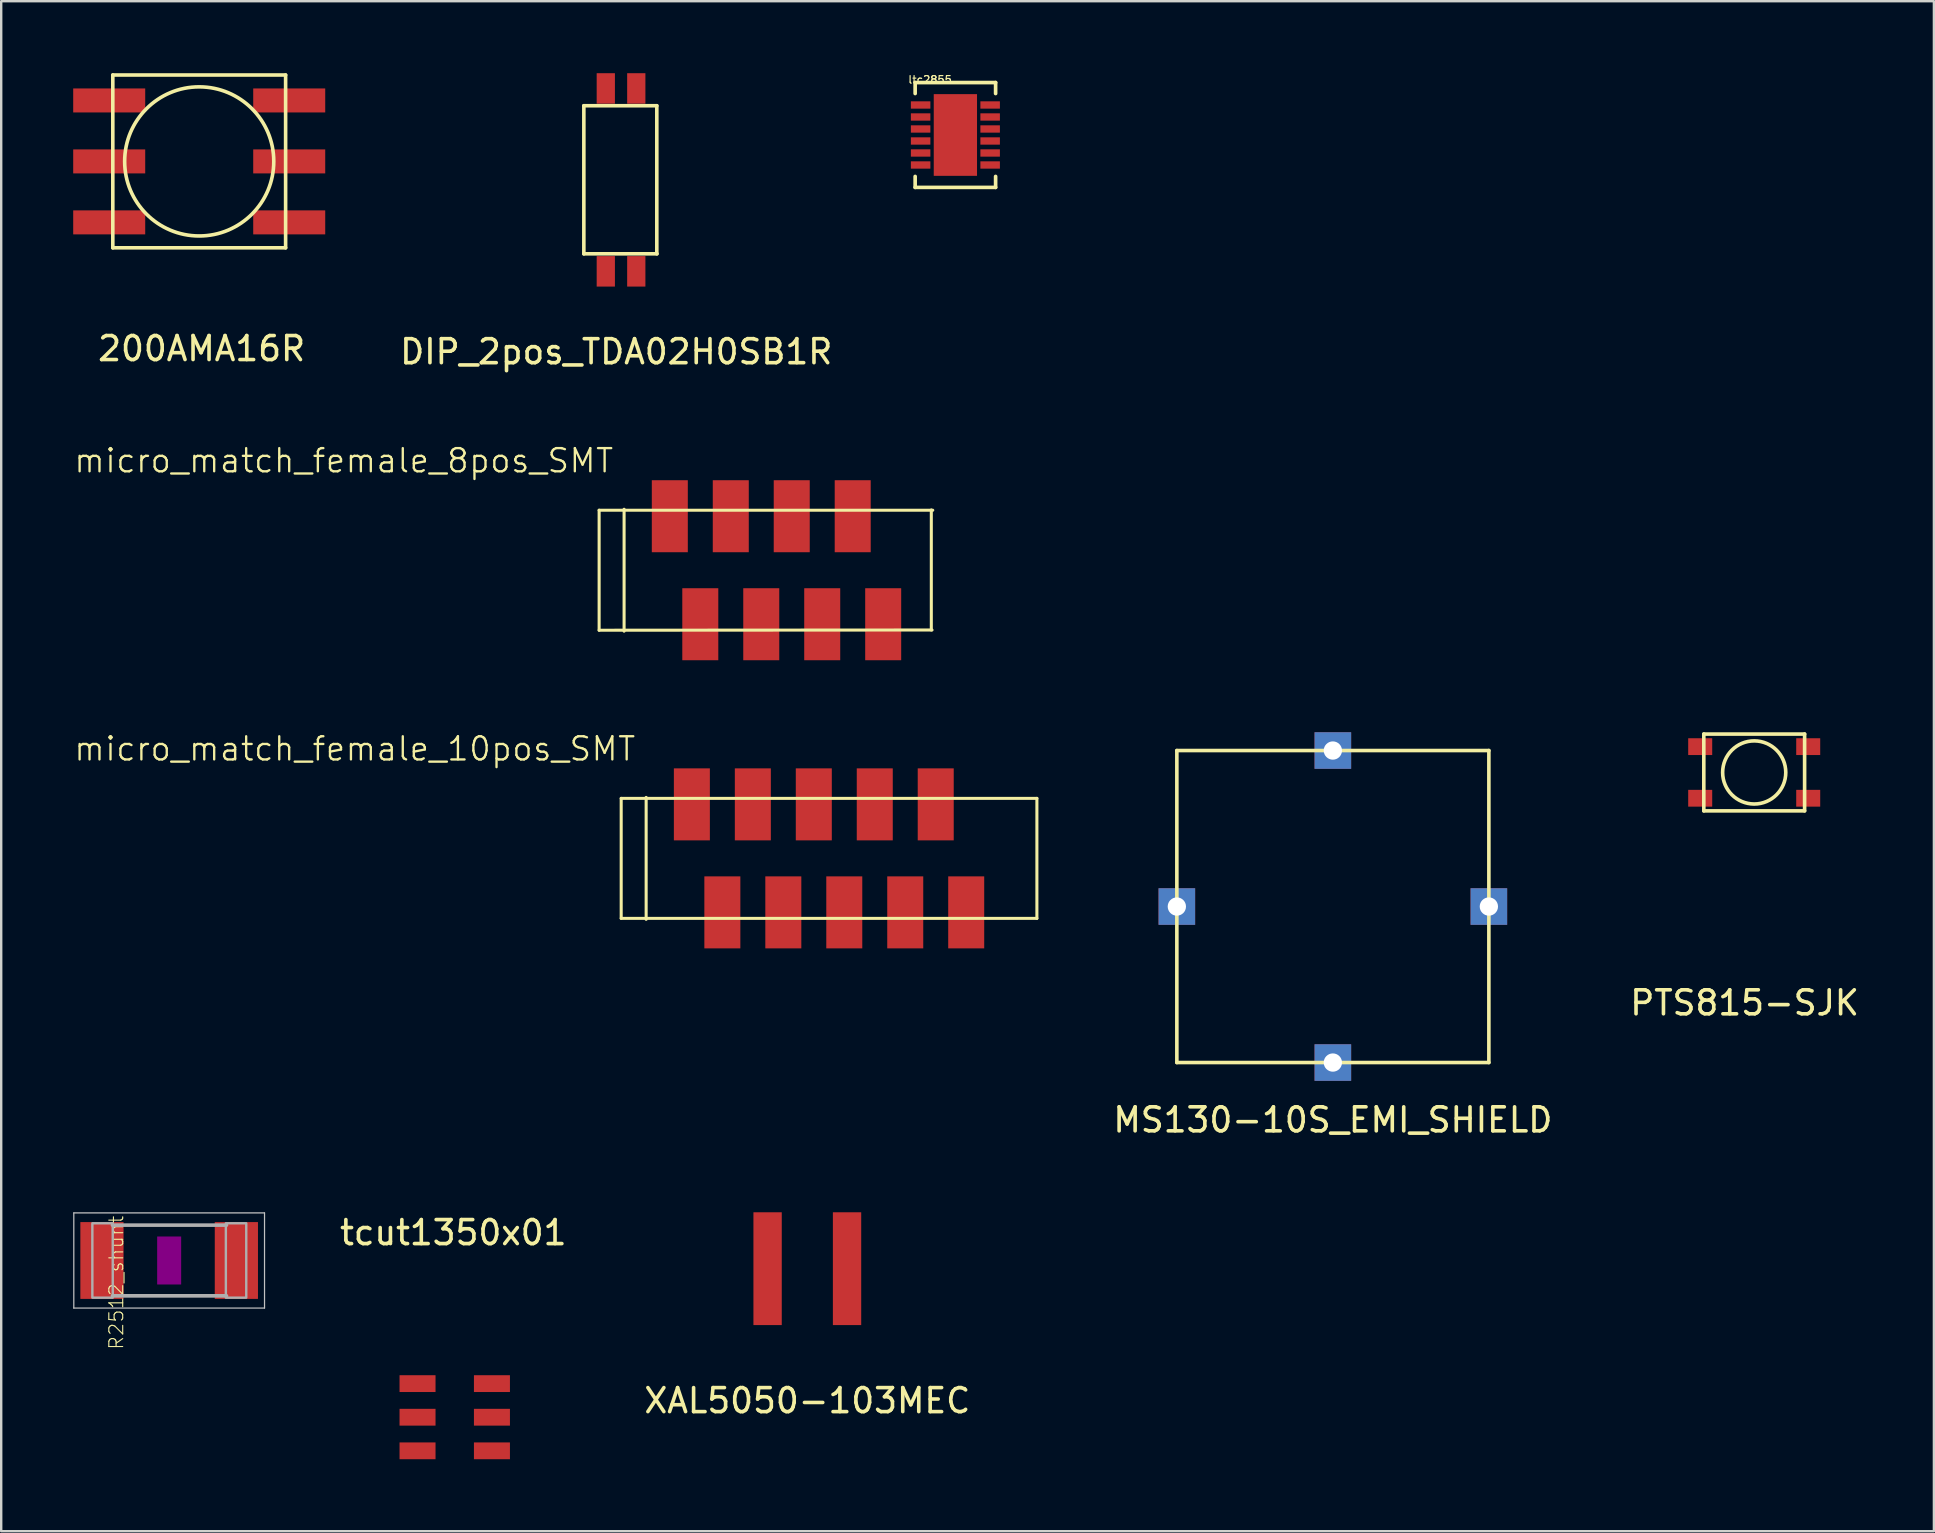
<source format=kicad_pcb>
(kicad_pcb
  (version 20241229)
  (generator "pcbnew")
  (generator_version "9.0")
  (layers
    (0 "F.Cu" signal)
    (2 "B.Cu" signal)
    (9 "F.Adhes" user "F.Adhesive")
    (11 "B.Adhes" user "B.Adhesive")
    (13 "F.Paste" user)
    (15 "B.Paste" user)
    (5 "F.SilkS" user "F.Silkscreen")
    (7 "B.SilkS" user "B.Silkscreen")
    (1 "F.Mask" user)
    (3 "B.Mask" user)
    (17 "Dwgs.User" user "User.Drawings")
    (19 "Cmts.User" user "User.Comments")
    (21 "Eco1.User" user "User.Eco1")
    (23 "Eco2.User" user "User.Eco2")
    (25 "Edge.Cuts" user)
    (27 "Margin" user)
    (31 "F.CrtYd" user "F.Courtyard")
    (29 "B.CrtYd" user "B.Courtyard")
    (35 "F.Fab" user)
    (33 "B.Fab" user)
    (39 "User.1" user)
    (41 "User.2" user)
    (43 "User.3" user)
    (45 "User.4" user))
  (footprint "PTS815-SJK"
    (layer "F.Cu")
    (at 70.037 29.133)
    (property "Reference" "PTS815-SJK" (at -0.4 9.6 0) (layer "F.SilkS") (effects (font (size 1 1) (thickness 0.15))))
    (attr through_hole)
    (fp_line (start -2.1 -1.6) (end 2.1 -1.6) (stroke (width 0.15) (type solid)) (layer "F.SilkS"))
    (fp_line (start -2.1 1.6) (end -2.1 -1.6) (stroke (width 0.15) (type solid)) (layer "F.SilkS"))
    (fp_line (start -2.1 1.6) (end 2.1 1.6) (stroke (width 0.15) (type solid)) (layer "F.SilkS"))
    (fp_line (start 2.1 -1.6) (end 2.1 1.6) (stroke (width 0.15) (type solid)) (layer "F.SilkS"))
    (fp_circle (center 0 0) (end 1.3 -0.2) (stroke (width 0.15) (type solid)) (fill no) (layer "F.SilkS"))
    (pad "1" smd rect (at -2.25 -1.075) (size 1 0.7) (layers "F.Cu" "F.Mask" "F.Paste"))
    (pad "1" smd rect (at 2.25 -1.075) (size 1 0.7) (layers "F.Cu" "F.Mask" "F.Paste"))
    (pad "2" smd rect (at -2.25 1.075) (size 1 0.7) (layers "F.Cu" "F.Mask" "F.Paste"))
    (pad "2" smd rect (at 2.25 1.075) (size 1 0.7) (layers "F.Cu" "F.Mask" "F.Paste")))
  (footprint "tcut1350x01"
    (layer "F.Cu")
    (at 15.896 55.997)
    (property "Reference" "tcut1350x01" (at -0.06 -7.69 0) (layer "F.SilkS") (effects (font (size 1 1) (thickness 0.15))))
    (attr through_hole)
    (pad "1" smd rect (at -1.55 -1.4) (size 1.5 0.7) (layers "F.Cu" "F.Mask" "F.Paste"))
    (pad "2" smd rect (at -1.55 0) (size 1.5 0.7) (layers "F.Cu" "F.Mask" "F.Paste"))
    (pad "3" smd rect (at -1.55 1.4) (size 1.5 0.7) (layers "F.Cu" "F.Mask" "F.Paste"))
    (pad "4" smd rect (at 1.55 1.4) (size 1.5 0.7) (layers "F.Cu" "F.Mask" "F.Paste"))
    (pad "5" smd rect (at 1.55 0) (size 1.5 0.7) (layers "F.Cu" "F.Mask" "F.Paste"))
    (pad "6" smd rect (at 1.55 -1.4) (size 1.5 0.7) (layers "F.Cu" "F.Mask" "F.Paste")))
  (footprint "ltc2855"
    (layer "F.Cu")
    (at 36.755 2.574)
    (property "Reference" "ltc2855" (at -1.054 -2.302 0) (layer "F.SilkS") (effects (font (size 0.315 0.315) (thickness 0.05))))
    (attr smd)
    (fp_line (start -1.676 -2.184) (end -1.676 -1.727) (stroke (width 0.152) (type solid)) (layer "F.SilkS"))
    (fp_line (start -1.676 1.727) (end -1.676 2.184) (stroke (width 0.152) (type solid)) (layer "F.SilkS"))
    (fp_line (start -1.676 2.184) (end 1.676 2.184) (stroke (width 0.152) (type solid)) (layer "F.SilkS"))
    (fp_line (start 1.676 -2.184) (end -1.676 -2.184) (stroke (width 0.152) (type solid)) (layer "F.SilkS"))
    (fp_line (start 1.676 -1.727) (end 1.676 -2.184) (stroke (width 0.152) (type solid)) (layer "F.SilkS"))
    (fp_line (start 1.676 2.184) (end 1.676 1.727) (stroke (width 0.152) (type solid)) (layer "F.SilkS"))
    (fp_poly (pts (xy -0.802 -1.602) (xy -0.802 -0.1) (xy 0.802 -0.1) (xy 0.802 -1.602)) (stroke (width 0.025) (type solid)) (fill yes) (layer "F.Paste"))
    (fp_poly (pts (xy -0.802 0.1) (xy -0.802 1.602) (xy 0.802 1.602) (xy 0.802 0.1)) (stroke (width 0.025) (type solid)) (fill yes) (layer "F.Paste"))
    (fp_line (start -1.549 -2.032) (end -1.549 2.032) (stroke (width 0.152) (type solid)) (layer "Eco2.User"))
    (fp_line (start -1.549 2.032) (end 1.549 2.032) (stroke (width 0.152) (type solid)) (layer "Eco2.User"))
    (fp_line (start -0.305 -2.032) (end -1.549 -2.032) (stroke (width 0.152) (type solid)) (layer "Eco2.User"))
    (fp_line (start 1.549 -2.032) (end -0.305 -2.032) (stroke (width 0.152) (type solid)) (layer "Eco2.User"))
    (fp_line (start 1.549 2.032) (end 1.549 -2.032) (stroke (width 0.152) (type solid)) (layer "Eco2.User"))
    (fp_arc (start 0.3048 -2.0574) (mid 0.0127 -1.7399) (end -0.3048 -2.032) (stroke (width 0.1524) (type solid)) (layer "Eco2.User"))
    (pad "1" smd rect (at -1.448 -1.25) (size 0.813 0.305) (layers "F.Cu" "F.Mask" "F.Paste"))
    (pad "2" smd rect (at -1.448 -0.75) (size 0.813 0.305) (layers "F.Cu" "F.Mask" "F.Paste"))
    (pad "3" smd rect (at -1.448 -0.25) (size 0.813 0.305) (layers "F.Cu" "F.Mask" "F.Paste"))
    (pad "4" smd rect (at -1.448 0.25) (size 0.813 0.305) (layers "F.Cu" "F.Mask" "F.Paste"))
    (pad "5" smd rect (at -1.448 0.75) (size 0.813 0.305) (layers "F.Cu" "F.Mask" "F.Paste"))
    (pad "6" smd rect (at -1.448 1.25) (size 0.813 0.305) (layers "F.Cu" "F.Mask" "F.Paste"))
    (pad "7" smd rect (at 1.448 1.25) (size 0.813 0.305) (layers "F.Cu" "F.Mask" "F.Paste"))
    (pad "8" smd rect (at 1.448 0.75) (size 0.813 0.305) (layers "F.Cu" "F.Mask" "F.Paste"))
    (pad "9" smd rect (at 1.448 0.25) (size 0.813 0.305) (layers "F.Cu" "F.Mask" "F.Paste"))
    (pad "10" smd rect (at 1.448 -0.25) (size 0.813 0.305) (layers "F.Cu" "F.Mask" "F.Paste"))
    (pad "11" smd rect (at 1.448 -0.75) (size 0.813 0.305) (layers "F.Cu" "F.Mask" "F.Paste"))
    (pad "12" smd rect (at 1.448 -1.25) (size 0.813 0.305) (layers "F.Cu" "F.Mask" "F.Paste"))
    (pad "13" smd rect (at 0 0) (size 1.803 3.404) (layers "F.Cu" "F.Mask" "F.Paste")))
  (footprint "200AMA16R"
    (layer "F.Cu")
    (at 5.25 3.675)
    (property "Reference" "200AMA16R" (at 0.1 7.8 0) (layer "F.SilkS") (effects (font (size 1 1) (thickness 0.15))))
    (attr through_hole)
    (fp_line (start -3.6 -3.6) (end 3.6 -3.6) (stroke (width 0.15) (type solid)) (layer "F.SilkS"))
    (fp_line (start -3.6 3.6) (end -3.6 -3.6) (stroke (width 0.15) (type solid)) (layer "F.SilkS"))
    (fp_line (start -3.6 3.6) (end 3.6 3.6) (stroke (width 0.15) (type solid)) (layer "F.SilkS"))
    (fp_line (start 3.6 -3.6) (end 3.6 3.6) (stroke (width 0.15) (type solid)) (layer "F.SilkS"))
    (fp_circle (center 0 0) (end 2.6 -1.7) (stroke (width 0.15) (type solid)) (fill no) (layer "F.SilkS"))
    (pad "1" smd rect (at -3.75 -2.54) (size 3 1) (layers "F.Cu" "F.Mask" "F.Paste"))
    (pad "2" smd rect (at -3.75 0) (size 3 1) (layers "F.Cu" "F.Mask" "F.Paste"))
    (pad "3" smd rect (at -3.75 2.54) (size 3 1) (layers "F.Cu" "F.Mask" "F.Paste"))
    (pad "4" smd rect (at 3.75 2.54) (size 3 1) (layers "F.Cu" "F.Mask" "F.Paste"))
    (pad "5" smd rect (at 3.75 0) (size 3 1) (layers "F.Cu" "F.Mask" "F.Paste"))
    (pad "6" smd rect (at 3.75 -2.54) (size 3 1) (layers "F.Cu" "F.Mask" "F.Paste")))
  (footprint "MS130-10S_EMI_SHIELD"
    (layer "F.Cu")
    (at 52.482 34.72)
    (property "Reference" "MS130-10S_EMI_SHIELD" (at 0 8.89 0) (layer "F.SilkS") (effects (font (size 1 1) (thickness 0.15))))
    (attr through_hole)
    (fp_line (start -6.5 -6.5) (end 6.5 -6.5) (stroke (width 0.15) (type solid)) (layer "F.SilkS"))
    (fp_line (start -6.5 6.5) (end -6.5 -6.5) (stroke (width 0.15) (type solid)) (layer "F.SilkS"))
    (fp_line (start 6.5 -6.5) (end 6.5 6.5) (stroke (width 0.15) (type solid)) (layer "F.SilkS"))
    (fp_line (start 6.5 6.5) (end -6.5 6.5) (stroke (width 0.15) (type solid)) (layer "F.SilkS"))
    (pad "1" thru_hole rect (at -6.5 0) (size 1.524 1.524) (drill 0.762) (layers "*.Cu" "*.Mask"))
    (pad "1" thru_hole rect (at 0 -6.5) (size 1.524 1.524) (drill 0.762) (layers "*.Cu" "*.Mask"))
    (pad "1" thru_hole rect (at 0 6.5) (size 1.524 1.524) (drill 0.762) (layers "*.Cu" "*.Mask"))
    (pad "1" thru_hole rect (at 6.5 0) (size 1.524 1.524) (drill 0.762) (layers "*.Cu" "*.Mask")))
  (footprint "micro_match_female_10pos_SMT"
    (layer "F.Cu")
    (at 31.491 32.713)
    (property "Reference" "micro_match_female_10pos_SMT" (at -8 -4 180) (layer "F.SilkS") (effects (font (size 0.965 0.965) (thickness 0.097)) (justify right bottom)))
    (attr through_hole)
    (fp_line (start -8.66 -2.5) (end -8.66 2.5) (stroke (width 0.127) (type solid)) (layer "F.SilkS"))
    (fp_line (start -8.66 2.5) (end 8.66 2.5) (stroke (width 0.127) (type solid)) (layer "F.SilkS"))
    (fp_line (start -7.62 2.54) (end -7.62 -2.54) (stroke (width 0.127) (type solid)) (layer "F.SilkS"))
    (fp_line (start 8.66 -2.5) (end -8.66 -2.5) (stroke (width 0.127) (type solid)) (layer "F.SilkS"))
    (fp_line (start 8.66 2.5) (end 8.66 -2.5) (stroke (width 0.127) (type solid)) (layer "F.SilkS"))
    (pad "1" smd rect (at -5.715 -2.25 90) (size 3 1.5) (layers "F.Cu" "F.Mask" "F.Paste"))
    (pad "2" smd rect (at -4.445 2.25 90) (size 3 1.5) (layers "F.Cu" "F.Mask" "F.Paste"))
    (pad "3" smd rect (at -3.175 -2.25 90) (size 3 1.5) (layers "F.Cu" "F.Mask" "F.Paste"))
    (pad "4" smd rect (at -1.905 2.25 90) (size 3 1.5) (layers "F.Cu" "F.Mask" "F.Paste"))
    (pad "5" smd rect (at -0.635 -2.25 90) (size 3 1.5) (layers "F.Cu" "F.Mask" "F.Paste"))
    (pad "6" smd rect (at 0.635 2.25 90) (size 3 1.5) (layers "F.Cu" "F.Mask" "F.Paste"))
    (pad "7" smd rect (at 1.905 -2.25 90) (size 3 1.5) (layers "F.Cu" "F.Mask" "F.Paste"))
    (pad "8" smd rect (at 3.175 2.25 90) (size 3 1.5) (layers "F.Cu" "F.Mask" "F.Paste"))
    (pad "9" smd rect (at 4.445 -2.25 90) (size 3 1.5) (layers "F.Cu" "F.Mask" "F.Paste"))
    (pad "10" smd rect (at 5.715 2.25 90) (size 3 1.5) (layers "F.Cu" "F.Mask" "F.Paste")))
  (footprint "micro_match_female_8pos_SMT"
    (layer "F.Cu")
    (at 30.572 20.708)
    (property "Reference" "micro_match_female_8pos_SMT" (at -8 -4 180) (layer "F.SilkS") (effects (font (size 0.965 0.965) (thickness 0.097)) (justify right bottom)))
    (attr through_hole)
    (fp_line (start -8.66 -2.5) (end -8.66 2.5) (stroke (width 0.127) (type solid)) (layer "F.SilkS"))
    (fp_line (start -8.66 2.5) (end 5.21 2.49) (stroke (width 0.127) (type solid)) (layer "F.SilkS"))
    (fp_line (start -7.62 2.54) (end -7.62 -2.54) (stroke (width 0.127) (type solid)) (layer "F.SilkS"))
    (fp_line (start 5.18 2.49) (end 5.18 -2.51) (stroke (width 0.127) (type solid)) (layer "F.SilkS"))
    (fp_line (start 5.24 -2.5) (end -8.66 -2.5) (stroke (width 0.127) (type solid)) (layer "F.SilkS"))
    (pad "1" smd rect (at -5.715 -2.25 90) (size 3 1.5) (layers "F.Cu" "F.Mask" "F.Paste"))
    (pad "2" smd rect (at -4.445 2.25 90) (size 3 1.5) (layers "F.Cu" "F.Mask" "F.Paste"))
    (pad "3" smd rect (at -3.175 -2.25 90) (size 3 1.5) (layers "F.Cu" "F.Mask" "F.Paste"))
    (pad "4" smd rect (at -1.905 2.25 90) (size 3 1.5) (layers "F.Cu" "F.Mask" "F.Paste"))
    (pad "5" smd rect (at -0.635 -2.25 90) (size 3 1.5) (layers "F.Cu" "F.Mask" "F.Paste"))
    (pad "6" smd rect (at 0.635 2.25 90) (size 3 1.5) (layers "F.Cu" "F.Mask" "F.Paste"))
    (pad "7" smd rect (at 1.905 -2.25 90) (size 3 1.5) (layers "F.Cu" "F.Mask" "F.Paste"))
    (pad "8" smd rect (at 3.175 2.25 90) (size 3 1.5) (layers "F.Cu" "F.Mask" "F.Paste")))
  (footprint "R2512_shunt"
    (layer "F.Cu")
    (at 3.998 49.467)
    (property "Reference" "R2512_shunt" (at -2.54 -1.905 270) (layer "F.SilkS") (effects (font (size 0.579 0.579) (thickness 0.046)) (justify right top)))
    (attr through_hole)
    (fp_poly (pts (xy -0.5 1) (xy 0.5 1) (xy 0.5 -1) (xy -0.5 -1)) (stroke (width 0) (type solid)) (fill yes) (layer "F.Adhes"))
    (fp_line (start -3.973 -1.983) (end 3.973 -1.983) (stroke (width 0.051) (type solid)) (layer "Dwgs.User"))
    (fp_line (start -3.973 1.983) (end -3.973 -1.983) (stroke (width 0.051) (type solid)) (layer "Dwgs.User"))
    (fp_line (start 3.973 -1.983) (end 3.973 1.983) (stroke (width 0.051) (type solid)) (layer "Dwgs.User"))
    (fp_line (start 3.973 1.983) (end -3.973 1.983) (stroke (width 0.051) (type solid)) (layer "Dwgs.User"))
    (fp_line (start -2.362 -1.473) (end 2.387 -1.473) (stroke (width 0.152) (type solid)) (layer "F.Fab"))
    (fp_line (start -2.362 1.473) (end 2.387 1.473) (stroke (width 0.152) (type solid)) (layer "F.Fab"))
    (fp_poly (pts (xy -3.2 1.549) (xy -2.35 1.549) (xy -2.35 -1.551) (xy -3.2 -1.551)) (stroke (width 0.1) (type solid)) (fill no) (layer "F.Fab"))
    (fp_poly (pts (xy 2.362 1.549) (xy 3.212 1.549) (xy 3.212 -1.551) (xy 2.362 -1.551)) (stroke (width 0.1) (type solid)) (fill no) (layer "F.Fab"))
    (pad "1" smd rect (at -2.8 0) (size 1.8 3.2) (layers "F.Cu" "F.Mask" "F.Paste"))
    (pad "2" smd rect (at 2.8 0) (size 1.8 3.2) (layers "F.Cu" "F.Mask" "F.Paste")))
  (footprint "DIP_2pos_TDA02H0SB1R"
    (layer "F.Cu")
    (at 22.825 4.445)
    (property "Reference" "DIP_2pos_TDA02H0SB1R" (at -0.2 7.16 0) (layer "F.SilkS") (effects (font (size 1 1) (thickness 0.15))))
    (attr through_hole)
    (fp_line (start -1.55 -3.09) (end 1.49 -3.09) (stroke (width 0.15) (type solid)) (layer "F.SilkS"))
    (fp_line (start -1.55 3.08) (end -1.55 -3.09) (stroke (width 0.15) (type solid)) (layer "F.SilkS"))
    (fp_line (start 1.49 -3.09) (end 1.49 3.08) (stroke (width 0.15) (type solid)) (layer "F.SilkS"))
    (fp_line (start 1.5 3.08) (end -1.55 3.08) (stroke (width 0.15) (type solid)) (layer "F.SilkS"))
    (pad "1" smd rect (at -0.635 -3.81) (size 0.76 1.27) (layers "F.Cu" "F.Mask" "F.Paste"))
    (pad "2" smd rect (at 0.635 -3.81) (size 0.76 1.27) (layers "F.Cu" "F.Mask" "F.Paste"))
    (pad "3" smd rect (at 0.635 3.81) (size 0.76 1.27) (layers "F.Cu" "F.Mask" "F.Paste"))
    (pad "4" smd rect (at -0.635 3.81) (size 0.76 1.27) (layers "F.Cu" "F.Mask" "F.Paste")))
  (footprint "XAL5050-103MEC"
    (layer "F.Cu")
    (at 30.586 49.808)
    (property "Reference" "XAL5050-103MEC" (at 0 5.5 0) (layer "F.SilkS") (effects (font (size 1 1) (thickness 0.15))))
    (attr through_hole)
    (pad "1" smd rect (at -1.655 0) (size 1.18 4.7) (layers "F.Cu" "F.Mask" "F.Paste"))
    (pad "2" smd rect (at 1.655 0) (size 1.18 4.7) (layers "F.Cu" "F.Mask" "F.Paste")))
  (gr_rect
    (start -3 -3)
    (end 77.524 60.747)
    (stroke (width 0.1) (type default))
    (fill no)
    (layer "Edge.Cuts")))
</source>
